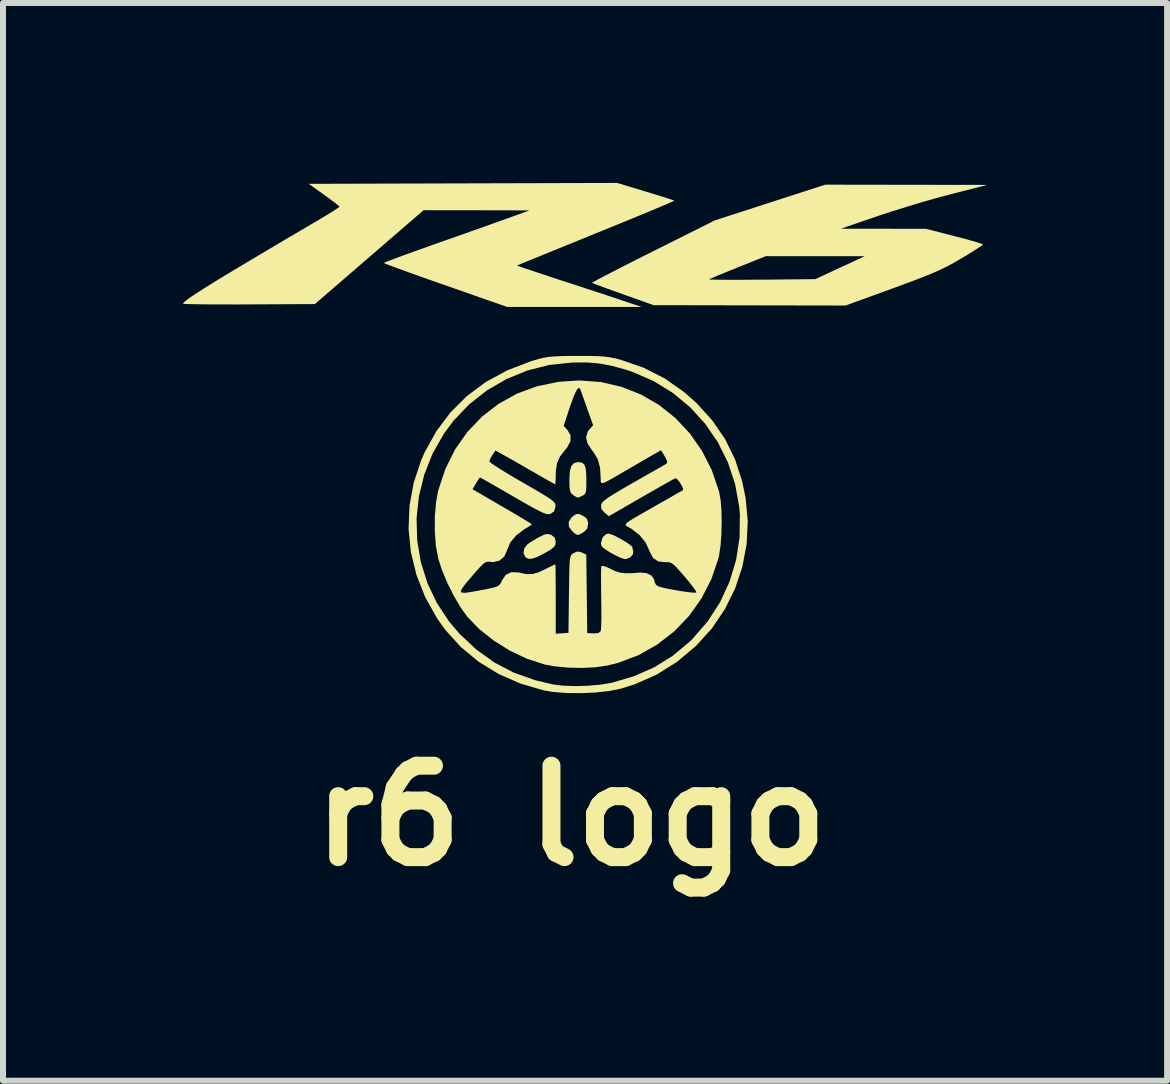
<source format=kicad_pcb>
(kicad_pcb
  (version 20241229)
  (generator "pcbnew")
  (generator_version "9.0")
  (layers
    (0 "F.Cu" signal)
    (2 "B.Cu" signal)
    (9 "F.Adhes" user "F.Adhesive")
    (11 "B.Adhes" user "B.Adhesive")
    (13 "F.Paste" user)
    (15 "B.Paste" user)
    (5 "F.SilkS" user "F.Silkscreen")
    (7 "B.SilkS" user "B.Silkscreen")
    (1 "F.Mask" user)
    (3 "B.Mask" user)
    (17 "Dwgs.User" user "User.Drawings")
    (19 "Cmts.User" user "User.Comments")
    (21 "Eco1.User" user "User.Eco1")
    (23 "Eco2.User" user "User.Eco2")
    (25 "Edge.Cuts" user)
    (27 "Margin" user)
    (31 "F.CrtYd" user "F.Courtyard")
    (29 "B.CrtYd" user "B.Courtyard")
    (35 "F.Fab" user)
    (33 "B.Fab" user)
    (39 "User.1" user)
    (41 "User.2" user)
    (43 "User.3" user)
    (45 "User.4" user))
  (footprint "r6 logo"
    (layer "F.Cu")
    (at 6.471 4.201)
    (property "Reference" "r6 logo" (at 0 6.35 0) (layer "F.SilkS") (effects (font (size 1.524 1.524) (thickness 0.3))))
    (attr board_only exclude_from_pos_files exclude_from_bom)
    (fp_poly (pts (xy 0.194 1.346) (xy 0.195 1.346) (xy 0.258 1.39) (xy 0.282 1.448) (xy 0.284 1.485) (xy 0.27 1.562) (xy 0.219 1.615) (xy 0.201 1.626) (xy 0.14 1.661) (xy 0.104 1.668) (xy 0.066 1.646) (xy 0.024 1.61) (xy -0.035 1.532) (xy -0.039 1.45) (xy 0.012 1.372) (xy 0.034 1.354) (xy 0.087 1.32) (xy 0.131 1.318)) (stroke (width 0) (type solid)) (fill yes) (layer "F.SilkS"))
    (fp_poly (pts (xy -0.34 1.663) (xy -0.329 1.668) (xy -0.271 1.713) (xy -0.255 1.785) (xy -0.261 1.832) (xy -0.287 1.871) (xy -0.342 1.914) (xy -0.437 1.97) (xy -0.437 1.97) (xy -0.562 2.034) (xy -0.652 2.065) (xy -0.715 2.065) (xy -0.761 2.038) (xy -0.793 1.97) (xy -0.78 1.892) (xy -0.727 1.824) (xy -0.661 1.779) (xy -0.572 1.726) (xy -0.531 1.703) (xy -0.448 1.663) (xy -0.391 1.651)) (stroke (width 0) (type solid)) (fill yes) (layer "F.SilkS"))
    (fp_poly (pts (xy 0.675 1.659) (xy 0.75 1.693) (xy 0.837 1.74) (xy 0.921 1.79) (xy 0.987 1.835) (xy 1.02 1.867) (xy 1.022 1.872) (xy 1.031 1.919) (xy 1.037 1.938) (xy 1.032 1.991) (xy 0.988 2.04) (xy 0.923 2.068) (xy 0.899 2.07) (xy 0.844 2.056) (xy 0.76 2.019) (xy 0.664 1.967) (xy 0.571 1.909) (xy 0.519 1.866) (xy 0.499 1.827) (xy 0.499 1.797) (xy 0.527 1.708) (xy 0.584 1.655) (xy 0.626 1.646)) (stroke (width 0) (type solid)) (fill yes) (layer "F.SilkS"))
    (fp_poly (pts (xy 0.184 0.463) (xy 0.223 0.497) (xy 0.245 0.565) (xy 0.254 0.676) (xy 0.255 0.753) (xy 0.254 0.868) (xy 0.249 0.939) (xy 0.235 0.98) (xy 0.209 1.004) (xy 0.183 1.017) (xy 0.13 1.041) (xy 0.099 1.043) (xy 0.061 1.02) (xy 0.035 1.003) (xy 0.002 0.973) (xy -0.017 0.931) (xy -0.026 0.863) (xy -0.028 0.754) (xy -0.028 0.751) (xy -0.021 0.612) (xy 0.003 0.521) (xy 0.047 0.471) (xy 0.116 0.454) (xy 0.124 0.454)) (stroke (width 0) (type solid)) (fill yes) (layer "F.SilkS"))
    (fp_poly (pts (xy 5.588 -4.17) (xy 6.939 -4.168) (xy 6.343 -4.016) (xy 6.123 -3.958) (xy 5.87 -3.886) (xy 5.605 -3.806) (xy 5.348 -3.726) (xy 5.123 -3.652) (xy 4.498 -3.438) (xy 5.208 -3.437) (xy 5.917 -3.436) (xy 6.393 -3.314) (xy 6.547 -3.274) (xy 6.681 -3.237) (xy 6.785 -3.206) (xy 6.85 -3.184) (xy 6.868 -3.175) (xy 6.845 -3.155) (xy 6.781 -3.112) (xy 6.686 -3.051) (xy 6.567 -2.978) (xy 6.506 -2.942) (xy 6.389 -2.874) (xy 6.277 -2.813) (xy 6.163 -2.757) (xy 6.036 -2.7) (xy 5.888 -2.64) (xy 5.71 -2.571) (xy 5.492 -2.49) (xy 5.361 -2.442) (xy 4.577 -2.157) (xy 2.977 -2.16) (xy 1.376 -2.163) (xy 0.868 -2.344) (xy 0.709 -2.401) (xy 0.569 -2.452) (xy 0.457 -2.493) (xy 0.381 -2.522) (xy 0.35 -2.535) (xy 0.35 -2.536) (xy 0.372 -2.55) (xy 0.44 -2.587) (xy 0.45 -2.593) (xy 2.3 -2.593) (xy 2.324 -2.59) (xy 2.398 -2.588) (xy 2.516 -2.587) (xy 2.67 -2.586) (xy 2.855 -2.586) (xy 3.063 -2.588) (xy 3.18 -2.588) (xy 4.073 -2.597) (xy 4.484 -2.788) (xy 4.896 -2.979) (xy 3.248 -2.98) (xy 2.78 -2.793) (xy 2.629 -2.732) (xy 2.496 -2.677) (xy 2.391 -2.634) (xy 2.323 -2.604) (xy 2.3 -2.593) (xy 0.45 -2.593) (xy 0.548 -2.644) (xy 0.691 -2.718) (xy 0.863 -2.807) (xy 1.06 -2.907) (xy 1.277 -3.016) (xy 1.369 -3.062) (xy 2.398 -3.577) (xy 4.237 -4.172)) (stroke (width 0) (type solid)) (fill yes) (layer "F.SilkS"))
    (fp_poly (pts (xy 1.241 -4.058) (xy 1.395 -4.011) (xy 1.529 -3.97) (xy 1.635 -3.936) (xy 1.702 -3.914) (xy 1.723 -3.906) (xy 1.699 -3.894) (xy 1.628 -3.862) (xy 1.514 -3.814) (xy 1.362 -3.75) (xy 1.178 -3.673) (xy 0.965 -3.586) (xy 0.729 -3.489) (xy 0.476 -3.386) (xy 0.419 -3.363) (xy 0.162 -3.258) (xy -0.079 -3.16) (xy -0.299 -3.071) (xy -0.492 -2.992) (xy -0.654 -2.926) (xy -0.779 -2.875) (xy -0.863 -2.84) (xy -0.9 -2.825) (xy -0.901 -2.824) (xy -0.877 -2.814) (xy -0.806 -2.789) (xy -0.695 -2.752) (xy -0.551 -2.704) (xy -0.38 -2.647) (xy -0.192 -2.585) (xy 0.022 -2.516) (xy 0.237 -2.445) (xy 0.443 -2.378) (xy 0.626 -2.317) (xy 0.776 -2.268) (xy 0.851 -2.242) (xy 1.178 -2.133) (xy 0.057 -2.133) (xy -1.064 -2.133) (xy -2.093 -2.493) (xy -2.322 -2.573) (xy -2.533 -2.648) (xy -2.72 -2.715) (xy -2.879 -2.773) (xy -3.002 -2.818) (xy -3.085 -2.85) (xy -3.12 -2.866) (xy -3.121 -2.867) (xy -3.096 -2.879) (xy -3.022 -2.908) (xy -2.907 -2.952) (xy -2.756 -3.007) (xy -2.574 -3.073) (xy -2.369 -3.146) (xy -2.145 -3.226) (xy -2.121 -3.234) (xy -1.885 -3.317) (xy -1.656 -3.398) (xy -1.444 -3.473) (xy -1.255 -3.541) (xy -1.097 -3.597) (xy -0.978 -3.64) (xy -0.908 -3.665) (xy -0.695 -3.743) (xy -1.577 -3.745) (xy -2.459 -3.746) (xy -3.365 -2.964) (xy -4.271 -2.181) (xy -5.371 -2.176) (xy -5.614 -2.175) (xy -5.839 -2.176) (xy -6.039 -2.176) (xy -6.208 -2.178) (xy -6.34 -2.18) (xy -6.429 -2.183) (xy -6.469 -2.187) (xy -6.471 -2.187) (xy -6.458 -2.207) (xy -6.419 -2.241) (xy -6.351 -2.291) (xy -6.252 -2.357) (xy -6.12 -2.442) (xy -5.953 -2.546) (xy -5.749 -2.671) (xy -5.505 -2.817) (xy -5.22 -2.987) (xy -4.892 -3.182) (xy -4.518 -3.402) (xy -4.194 -3.593) (xy -4.072 -3.666) (xy -3.971 -3.728) (xy -3.898 -3.776) (xy -3.862 -3.802) (xy -3.86 -3.804) (xy -3.882 -3.826) (xy -3.94 -3.873) (xy -4.027 -3.938) (xy -4.117 -4.003) (xy -4.374 -4.186) (xy 0.769 -4.201)) (stroke (width 0) (type solid)) (fill yes) (layer "F.SilkS"))
    (fp_poly (pts (xy 0.431 -1.314) (xy 0.545 -1.307) (xy 0.641 -1.295) (xy 0.733 -1.277) (xy 0.823 -1.254) (xy 1.21 -1.12) (xy 1.566 -0.939) (xy 1.893 -0.708) (xy 2.092 -0.531) (xy 2.356 -0.24) (xy 2.569 0.071) (xy 2.734 0.408) (xy 2.853 0.775) (xy 2.91 1.049) (xy 2.946 1.434) (xy 2.928 1.818) (xy 2.857 2.195) (xy 2.736 2.559) (xy 2.566 2.903) (xy 2.351 3.223) (xy 2.09 3.511) (xy 2.082 3.519) (xy 1.766 3.784) (xy 1.426 3.997) (xy 1.063 4.158) (xy 0.837 4.229) (xy 0.641 4.269) (xy 0.409 4.295) (xy 0.16 4.306) (xy -0.087 4.303) (xy -0.312 4.284) (xy -0.454 4.26) (xy -0.845 4.146) (xy -1.209 3.986) (xy -1.541 3.782) (xy -1.838 3.536) (xy -2.097 3.251) (xy -2.236 3.055) (xy -2.434 2.7) (xy -2.579 2.33) (xy -2.671 1.951) (xy -2.709 1.565) (xy -2.702 1.393) (xy -2.576 1.393) (xy -2.565 1.759) (xy -2.505 2.12) (xy -2.395 2.47) (xy -2.237 2.803) (xy -2.031 3.115) (xy -1.861 3.314) (xy -1.579 3.579) (xy -1.28 3.794) (xy -0.957 3.963) (xy -0.602 4.089) (xy -0.299 4.161) (xy -0.131 4.181) (xy 0.071 4.188) (xy 0.286 4.182) (xy 0.493 4.164) (xy 0.672 4.134) (xy 0.681 4.132) (xy 1.053 4.022) (xy 1.387 3.875) (xy 1.691 3.686) (xy 1.974 3.45) (xy 2.032 3.393) (xy 2.28 3.107) (xy 2.485 2.789) (xy 2.643 2.446) (xy 2.752 2.084) (xy 2.81 1.71) (xy 2.815 1.331) (xy 2.805 1.206) (xy 2.736 0.823) (xy 2.616 0.461) (xy 2.448 0.123) (xy 2.236 -0.186) (xy 1.984 -0.463) (xy 1.694 -0.702) (xy 1.37 -0.901) (xy 1.015 -1.054) (xy 0.908 -1.089) (xy 0.687 -1.15) (xy 0.489 -1.188) (xy 0.29 -1.207) (xy 0.066 -1.208) (xy 0.014 -1.206) (xy -0.364 -1.166) (xy -0.731 -1.073) (xy -1.079 -0.93) (xy -1.404 -0.741) (xy -1.699 -0.509) (xy -1.959 -0.237) (xy -2.118 -0.023) (xy -2.309 0.312) (xy -2.448 0.664) (xy -2.537 1.026) (xy -2.576 1.393) (xy -2.702 1.393) (xy -2.693 1.179) (xy -2.623 0.796) (xy -2.498 0.421) (xy -2.443 0.295) (xy -2.247 -0.06) (xy -2.011 -0.374) (xy -1.735 -0.649) (xy -1.42 -0.883) (xy -1.066 -1.075) (xy -0.673 -1.226) (xy -0.632 -1.239) (xy -0.534 -1.268) (xy -0.447 -1.288) (xy -0.358 -1.302) (xy -0.254 -1.31) (xy -0.123 -1.315) (xy 0.049 -1.317) (xy 0.099 -1.317) (xy 0.287 -1.317)) (stroke (width 0) (type solid)) (fill yes) (layer "F.SilkS"))
    (fp_poly (pts (xy 0.499 -0.881) (xy 0.843 -0.801) (xy 1.167 -0.673) (xy 1.467 -0.499) (xy 1.739 -0.282) (xy 1.979 -0.026) (xy 2.183 0.265) (xy 2.347 0.589) (xy 2.467 0.942) (xy 2.472 0.965) (xy 2.495 1.098) (xy 2.508 1.27) (xy 2.511 1.464) (xy 2.506 1.662) (xy 2.492 1.849) (xy 2.469 2.006) (xy 2.457 2.058) (xy 2.339 2.406) (xy 2.173 2.729) (xy 1.965 3.021) (xy 1.718 3.278) (xy 1.436 3.496) (xy 1.125 3.672) (xy 0.787 3.8) (xy 0.603 3.846) (xy 0.41 3.874) (xy 0.185 3.885) (xy -0.051 3.88) (xy -0.273 3.859) (xy -0.44 3.828) (xy -0.728 3.735) (xy -1.015 3.6) (xy -1.287 3.431) (xy -1.531 3.238) (xy -1.732 3.029) (xy -1.733 3.028) (xy -1.846 2.868) (xy -1.961 2.672) (xy -1.994 2.605) (xy -1.839 2.605) (xy -1.823 2.63) (xy -1.763 2.633) (xy -1.657 2.617) (xy -1.547 2.597) (xy -1.401 2.57) (xy -1.302 2.548) (xy -1.238 2.529) (xy -1.199 2.506) (xy -1.175 2.477) (xy -1.155 2.436) (xy -1.151 2.426) (xy -1.087 2.332) (xy -0.995 2.288) (xy -0.876 2.293) (xy -0.855 2.298) (xy -0.739 2.322) (xy -0.638 2.319) (xy -0.53 2.286) (xy -0.437 2.242) (xy -0.351 2.199) (xy -0.288 2.169) (xy -0.263 2.157) (xy -0.26 2.184) (xy -0.258 2.259) (xy -0.257 2.374) (xy -0.256 2.521) (xy -0.255 2.691) (xy -0.255 2.736) (xy -0.255 3.315) (xy -0.149 3.308) (xy -0.043 3.3) (xy -0.035 2.658) (xy -0.032 2.451) (xy -0.03 2.294) (xy -0.026 2.179) (xy -0.021 2.098) (xy -0.013 2.045) (xy -0.001 2.011) (xy 0.014 1.99) (xy 0.035 1.975) (xy 0.04 1.972) (xy 0.103 1.944) (xy 0.167 1.955) (xy 0.18 1.962) (xy 0.254 1.995) (xy 0.262 2.65) (xy 0.27 3.304) (xy 0.374 3.31) (xy 0.456 3.304) (xy 0.495 3.272) (xy 0.495 3.271) (xy 0.5 3.229) (xy 0.504 3.14) (xy 0.506 3.015) (xy 0.505 2.864) (xy 0.503 2.723) (xy 0.501 2.559) (xy 0.5 2.413) (xy 0.5 2.297) (xy 0.502 2.218) (xy 0.505 2.19) (xy 0.534 2.183) (xy 0.603 2.207) (xy 0.662 2.235) (xy 0.744 2.274) (xy 0.822 2.297) (xy 0.911 2.307) (xy 1.027 2.305) (xy 1.154 2.295) (xy 1.261 2.305) (xy 1.343 2.347) (xy 1.387 2.414) (xy 1.391 2.446) (xy 1.414 2.496) (xy 1.454 2.525) (xy 1.514 2.543) (xy 1.607 2.564) (xy 1.72 2.585) (xy 1.838 2.605) (xy 1.947 2.621) (xy 2.034 2.63) (xy 2.085 2.631) (xy 2.091 2.629) (xy 2.081 2.602) (xy 2.039 2.542) (xy 1.973 2.458) (xy 1.894 2.363) (xy 1.801 2.256) (xy 1.735 2.186) (xy 1.687 2.144) (xy 1.646 2.125) (xy 1.605 2.121) (xy 1.575 2.123) (xy 1.455 2.11) (xy 1.366 2.051) (xy 1.31 1.945) (xy 1.305 1.93) (xy 1.244 1.795) (xy 1.14 1.668) (xy 1.007 1.566) (xy 0.991 1.556) (xy 0.951 1.535) (xy 0.922 1.517) (xy 0.91 1.5) (xy 0.92 1.478) (xy 0.955 1.447) (xy 1.021 1.405) (xy 1.123 1.345) (xy 1.265 1.264) (xy 1.419 1.176) (xy 1.561 1.096) (xy 1.685 1.025) (xy 1.782 0.969) (xy 1.846 0.933) (xy 1.867 0.921) (xy 1.867 0.892) (xy 1.842 0.838) (xy 1.804 0.779) (xy 1.766 0.734) (xy 1.741 0.721) (xy 1.707 0.739) (xy 1.632 0.781) (xy 1.522 0.842) (xy 1.387 0.92) (xy 1.233 1.008) (xy 1.168 1.045) (xy 0.631 1.355) (xy 0.558 1.295) (xy 0.506 1.235) (xy 0.499 1.171) (xy 0.501 1.164) (xy 0.515 1.134) (xy 0.549 1.098) (xy 0.61 1.052) (xy 0.703 0.992) (xy 0.833 0.914) (xy 1.006 0.814) (xy 1.04 0.795) (xy 1.197 0.705) (xy 1.338 0.625) (xy 1.456 0.558) (xy 1.542 0.509) (xy 1.589 0.481) (xy 1.595 0.478) (xy 1.603 0.442) (xy 1.569 0.368) (xy 1.563 0.358) (xy 1.5 0.256) (xy 1.367 0.331) (xy 1.291 0.375) (xy 1.181 0.439) (xy 1.05 0.515) (xy 0.914 0.595) (xy 0.902 0.601) (xy 0.752 0.689) (xy 0.643 0.751) (xy 0.571 0.789) (xy 0.526 0.804) (xy 0.503 0.8) (xy 0.495 0.777) (xy 0.494 0.738) (xy 0.494 0.717) (xy 0.483 0.542) (xy 0.444 0.403) (xy 0.372 0.285) (xy 0.353 0.262) (xy 0.274 0.142) (xy 0.25 0.035) (xy 0.281 -0.061) (xy 0.307 -0.094) (xy 0.368 -0.159) (xy 0.268 -0.441) (xy 0.225 -0.563) (xy 0.188 -0.667) (xy 0.162 -0.74) (xy 0.153 -0.766) (xy 0.131 -0.787) (xy 0.097 -0.752) (xy 0.053 -0.663) (xy -0.002 -0.517) (xy -0.033 -0.424) (xy -0.123 -0.15) (xy -0.062 -0.084) (xy -0.008 0.007) (xy -0.01 0.106) (xy -0.067 0.213) (xy -0.098 0.25) (xy -0.185 0.362) (xy -0.234 0.472) (xy -0.254 0.603) (xy -0.255 0.669) (xy -0.257 0.754) (xy -0.261 0.81) (xy -0.266 0.823) (xy -0.292 0.809) (xy -0.36 0.772) (xy -0.462 0.714) (xy -0.591 0.64) (xy -0.738 0.556) (xy -0.767 0.539) (xy -0.916 0.453) (xy -1.048 0.378) (xy -1.154 0.319) (xy -1.228 0.279) (xy -1.261 0.262) (xy -1.263 0.262) (xy -1.28 0.288) (xy -1.315 0.34) (xy -1.349 0.401) (xy -1.362 0.442) (xy -1.339 0.465) (xy -1.273 0.511) (xy -1.171 0.576) (xy -1.041 0.656) (xy -0.889 0.746) (xy -0.807 0.793) (xy -0.628 0.896) (xy -0.493 0.976) (xy -0.395 1.036) (xy -0.328 1.081) (xy -0.288 1.115) (xy -0.267 1.143) (xy -0.26 1.169) (xy -0.261 1.198) (xy -0.261 1.201) (xy -0.283 1.275) (xy -0.34 1.315) (xy -0.344 1.316) (xy -0.374 1.322) (xy -0.411 1.318) (xy -0.464 1.3) (xy -0.537 1.265) (xy -0.639 1.211) (xy -0.775 1.135) (xy -0.953 1.032) (xy -0.964 1.026) (xy -1.122 0.934) (xy -1.263 0.853) (xy -1.38 0.786) (xy -1.465 0.738) (xy -1.511 0.713) (xy -1.518 0.709) (xy -1.536 0.731) (xy -1.572 0.786) (xy -1.585 0.808) (xy -1.643 0.906) (xy -1.148 1.194) (xy -0.998 1.281) (xy -0.866 1.359) (xy -0.76 1.423) (xy -0.687 1.467) (xy -0.654 1.489) (xy -0.653 1.49) (xy -0.675 1.508) (xy -0.732 1.545) (xy -0.779 1.573) (xy -0.912 1.673) (xy -1.012 1.792) (xy -1.066 1.918) (xy -1.068 1.926) (xy -1.113 2.029) (xy -1.195 2.097) (xy -1.3 2.121) (xy -1.334 2.118) (xy -1.379 2.113) (xy -1.417 2.119) (xy -1.458 2.145) (xy -1.511 2.196) (xy -1.586 2.279) (xy -1.639 2.341) (xy -1.745 2.465) (xy -1.812 2.552) (xy -1.839 2.605) (xy -1.994 2.605) (xy -2.067 2.458) (xy -2.155 2.246) (xy -2.215 2.058) (xy -2.254 1.846) (xy -2.272 1.602) (xy -2.271 1.35) (xy -2.249 1.11) (xy -2.215 0.927) (xy -2.095 0.567) (xy -1.932 0.24) (xy -1.727 -0.052) (xy -1.484 -0.305) (xy -1.208 -0.518) (xy -0.901 -0.688) (xy -0.567 -0.811) (xy -0.209 -0.885) (xy 0.139 -0.908)) (stroke (width 0) (type solid)) (fill yes) (layer "F.SilkS")))
  (gr_rect
    (start -3 -3)
    (end 16.409 14.969)
    (stroke (width 0.1) (type default))
    (fill no)
    (layer "Edge.Cuts")))
</source>
